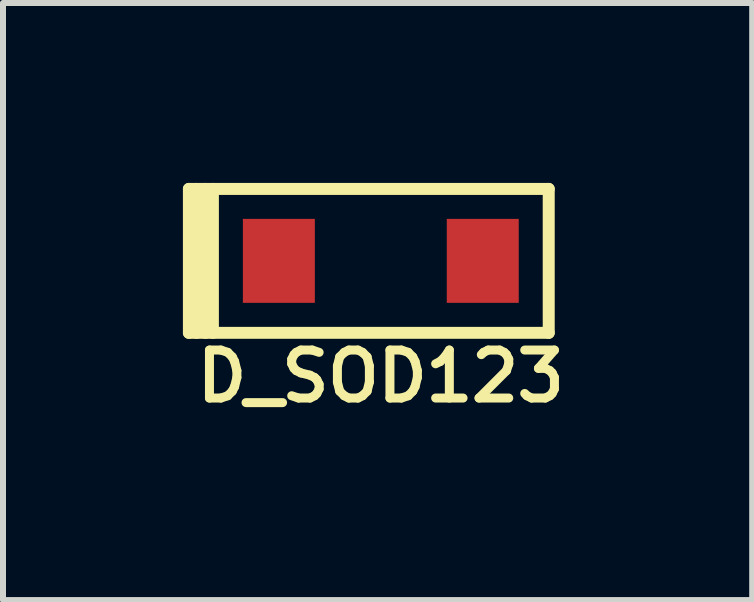
<source format=kicad_pcb>
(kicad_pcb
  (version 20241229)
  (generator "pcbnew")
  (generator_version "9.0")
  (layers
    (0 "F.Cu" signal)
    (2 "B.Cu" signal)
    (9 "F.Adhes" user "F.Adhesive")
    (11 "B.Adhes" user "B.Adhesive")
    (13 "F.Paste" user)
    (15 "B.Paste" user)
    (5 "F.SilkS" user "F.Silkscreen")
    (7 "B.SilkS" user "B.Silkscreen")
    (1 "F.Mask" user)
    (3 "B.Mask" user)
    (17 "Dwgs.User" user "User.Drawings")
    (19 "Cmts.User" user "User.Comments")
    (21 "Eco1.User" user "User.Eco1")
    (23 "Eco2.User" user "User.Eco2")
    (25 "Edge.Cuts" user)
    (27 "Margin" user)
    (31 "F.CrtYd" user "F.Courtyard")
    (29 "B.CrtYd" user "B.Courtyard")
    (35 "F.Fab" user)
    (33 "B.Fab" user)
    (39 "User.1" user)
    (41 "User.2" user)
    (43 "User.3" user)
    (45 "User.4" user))
  (footprint "D_SOD123"
    (layer "F.Cu")
    (at 3.3 1.3)
    (property "Reference" "D_SOD123" (at 0 1.925 0) (layer "F.SilkS") (effects (font (size 0.8 0.8) (thickness 0.15))))
    (attr smd)
    (fp_line (start -3.2 -1.2) (end 2.8 -1.2) (stroke (width 0.2) (type solid)) (layer "F.SilkS"))
    (fp_line (start -3.2 1.2) (end -3.2 -1.2) (stroke (width 0.2) (type solid)) (layer "F.SilkS"))
    (fp_line (start -3.075 1.2) (end -3.075 -1.2) (stroke (width 0.2) (type solid)) (layer "F.SilkS"))
    (fp_line (start -2.925 -1.2) (end -2.925 1.2) (stroke (width 0.2) (type solid)) (layer "F.SilkS"))
    (fp_line (start -2.8 -1.2) (end -2.8 1.2) (stroke (width 0.2) (type solid)) (layer "F.SilkS"))
    (fp_line (start 2.8 -1.2) (end 2.8 1.2) (stroke (width 0.2) (type solid)) (layer "F.SilkS"))
    (fp_line (start 2.8 1.2) (end -3.2 1.2) (stroke (width 0.2) (type solid)) (layer "F.SilkS"))
    (pad "1" smd rect (at -1.7 0) (size 1.2 1.4) (layers "F.Cu" "F.Mask" "F.Paste"))
    (pad "2" smd rect (at 1.7 0) (size 1.2 1.4) (layers "F.Cu" "F.Mask" "F.Paste")))
  (gr_rect
    (start -3 -3)
    (end 9.493 6.956)
    (stroke (width 0.1) (type default))
    (fill no)
    (layer "Edge.Cuts")))
</source>
